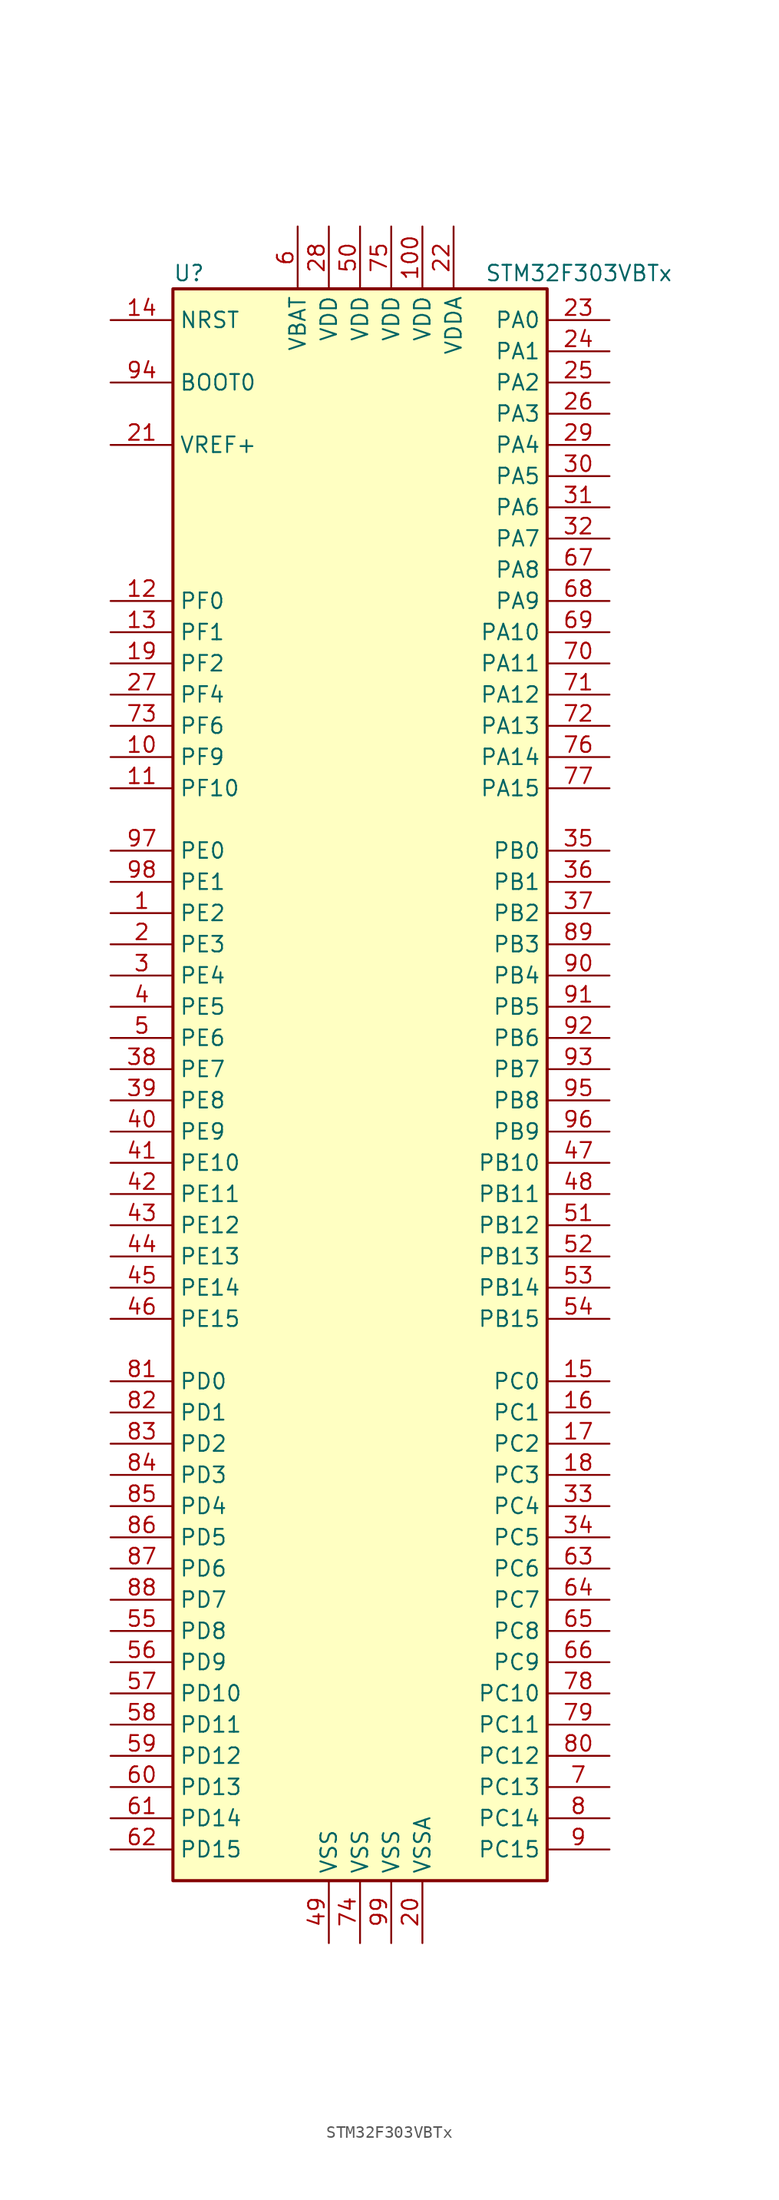
<source format=kicad_sym>
(kicad_symbol_lib
  (version 20201005)
  (generator kicad_symbol_editor)
  (symbol "MCU_ST_STM32F3:STM32F303VBTx"
    (property "Reference" "U"
      (at -15.24 64.77 0)
      (effects (font (size 1.27 1.27)) (justify left)))
    (property "Value" "STM32F303VBTx"
      (at 10.16 64.77 0)
      (effects (font (size 1.27 1.27)) (justify left)))
    (symbol "STM32F303VBTx_0_1"
      (rectangle (start -15.24 -66.04) (end 15.24 63.5) (stroke (width 0.254)) (fill (type background))))
    (symbol "STM32F303VBTx_1_1"
      (pin input line (at -20.32 55.88 0) (length 5.08) (name "BOOT0" (effects (font (size 1.27 1.27)))) (number "94" (effects (font (size 1.27 1.27)))))
      (pin input line (at -20.32 60.96 0) (length 5.08) (name "NRST" (effects (font (size 1.27 1.27)))) (number "14" (effects (font (size 1.27 1.27)))))
      (pin bidirectional line (at 20.32 60.96 180) (length 5.08) (name "PA0" (effects (font (size 1.27 1.27)))) (number "23" (effects (font (size 1.27 1.27)))))
      (pin bidirectional line (at 20.32 58.42 180) (length 5.08) (name "PA1" (effects (font (size 1.27 1.27)))) (number "24" (effects (font (size 1.27 1.27)))))
      (pin bidirectional line (at 20.32 35.56 180) (length 5.08) (name "PA10" (effects (font (size 1.27 1.27)))) (number "69" (effects (font (size 1.27 1.27)))))
      (pin bidirectional line (at 20.32 33.02 180) (length 5.08) (name "PA11" (effects (font (size 1.27 1.27)))) (number "70" (effects (font (size 1.27 1.27)))))
      (pin bidirectional line (at 20.32 30.48 180) (length 5.08) (name "PA12" (effects (font (size 1.27 1.27)))) (number "71" (effects (font (size 1.27 1.27)))))
      (pin bidirectional line (at 20.32 27.94 180) (length 5.08) (name "PA13" (effects (font (size 1.27 1.27)))) (number "72" (effects (font (size 1.27 1.27)))))
      (pin bidirectional line (at 20.32 25.4 180) (length 5.08) (name "PA14" (effects (font (size 1.27 1.27)))) (number "76" (effects (font (size 1.27 1.27)))))
      (pin bidirectional line (at 20.32 22.86 180) (length 5.08) (name "PA15" (effects (font (size 1.27 1.27)))) (number "77" (effects (font (size 1.27 1.27)))))
      (pin bidirectional line (at 20.32 55.88 180) (length 5.08) (name "PA2" (effects (font (size 1.27 1.27)))) (number "25" (effects (font (size 1.27 1.27)))))
      (pin bidirectional line (at 20.32 53.34 180) (length 5.08) (name "PA3" (effects (font (size 1.27 1.27)))) (number "26" (effects (font (size 1.27 1.27)))))
      (pin bidirectional line (at 20.32 50.8 180) (length 5.08) (name "PA4" (effects (font (size 1.27 1.27)))) (number "29" (effects (font (size 1.27 1.27)))))
      (pin bidirectional line (at 20.32 48.26 180) (length 5.08) (name "PA5" (effects (font (size 1.27 1.27)))) (number "30" (effects (font (size 1.27 1.27)))))
      (pin bidirectional line (at 20.32 45.72 180) (length 5.08) (name "PA6" (effects (font (size 1.27 1.27)))) (number "31" (effects (font (size 1.27 1.27)))))
      (pin bidirectional line (at 20.32 43.18 180) (length 5.08) (name "PA7" (effects (font (size 1.27 1.27)))) (number "32" (effects (font (size 1.27 1.27)))))
      (pin bidirectional line (at 20.32 40.64 180) (length 5.08) (name "PA8" (effects (font (size 1.27 1.27)))) (number "67" (effects (font (size 1.27 1.27)))))
      (pin bidirectional line (at 20.32 38.1 180) (length 5.08) (name "PA9" (effects (font (size 1.27 1.27)))) (number "68" (effects (font (size 1.27 1.27)))))
      (pin bidirectional line (at 20.32 17.78 180) (length 5.08) (name "PB0" (effects (font (size 1.27 1.27)))) (number "35" (effects (font (size 1.27 1.27)))))
      (pin bidirectional line (at 20.32 15.24 180) (length 5.08) (name "PB1" (effects (font (size 1.27 1.27)))) (number "36" (effects (font (size 1.27 1.27)))))
      (pin bidirectional line (at 20.32 -7.62 180) (length 5.08) (name "PB10" (effects (font (size 1.27 1.27)))) (number "47" (effects (font (size 1.27 1.27)))))
      (pin bidirectional line (at 20.32 -10.16 180) (length 5.08) (name "PB11" (effects (font (size 1.27 1.27)))) (number "48" (effects (font (size 1.27 1.27)))))
      (pin bidirectional line (at 20.32 -12.7 180) (length 5.08) (name "PB12" (effects (font (size 1.27 1.27)))) (number "51" (effects (font (size 1.27 1.27)))))
      (pin bidirectional line (at 20.32 -15.24 180) (length 5.08) (name "PB13" (effects (font (size 1.27 1.27)))) (number "52" (effects (font (size 1.27 1.27)))))
      (pin bidirectional line (at 20.32 -17.78 180) (length 5.08) (name "PB14" (effects (font (size 1.27 1.27)))) (number "53" (effects (font (size 1.27 1.27)))))
      (pin bidirectional line (at 20.32 -20.32 180) (length 5.08) (name "PB15" (effects (font (size 1.27 1.27)))) (number "54" (effects (font (size 1.27 1.27)))))
      (pin bidirectional line (at 20.32 12.7 180) (length 5.08) (name "PB2" (effects (font (size 1.27 1.27)))) (number "37" (effects (font (size 1.27 1.27)))))
      (pin bidirectional line (at 20.32 10.16 180) (length 5.08) (name "PB3" (effects (font (size 1.27 1.27)))) (number "89" (effects (font (size 1.27 1.27)))))
      (pin bidirectional line (at 20.32 7.62 180) (length 5.08) (name "PB4" (effects (font (size 1.27 1.27)))) (number "90" (effects (font (size 1.27 1.27)))))
      (pin bidirectional line (at 20.32 5.08 180) (length 5.08) (name "PB5" (effects (font (size 1.27 1.27)))) (number "91" (effects (font (size 1.27 1.27)))))
      (pin bidirectional line (at 20.32 2.54 180) (length 5.08) (name "PB6" (effects (font (size 1.27 1.27)))) (number "92" (effects (font (size 1.27 1.27)))))
      (pin bidirectional line (at 20.32 0 180) (length 5.08) (name "PB7" (effects (font (size 1.27 1.27)))) (number "93" (effects (font (size 1.27 1.27)))))
      (pin bidirectional line (at 20.32 -2.54 180) (length 5.08) (name "PB8" (effects (font (size 1.27 1.27)))) (number "95" (effects (font (size 1.27 1.27)))))
      (pin bidirectional line (at 20.32 -5.08 180) (length 5.08) (name "PB9" (effects (font (size 1.27 1.27)))) (number "96" (effects (font (size 1.27 1.27)))))
      (pin bidirectional line (at 20.32 -25.4 180) (length 5.08) (name "PC0" (effects (font (size 1.27 1.27)))) (number "15" (effects (font (size 1.27 1.27)))))
      (pin bidirectional line (at 20.32 -27.94 180) (length 5.08) (name "PC1" (effects (font (size 1.27 1.27)))) (number "16" (effects (font (size 1.27 1.27)))))
      (pin bidirectional line (at 20.32 -50.8 180) (length 5.08) (name "PC10" (effects (font (size 1.27 1.27)))) (number "78" (effects (font (size 1.27 1.27)))))
      (pin bidirectional line (at 20.32 -53.34 180) (length 5.08) (name "PC11" (effects (font (size 1.27 1.27)))) (number "79" (effects (font (size 1.27 1.27)))))
      (pin bidirectional line (at 20.32 -55.88 180) (length 5.08) (name "PC12" (effects (font (size 1.27 1.27)))) (number "80" (effects (font (size 1.27 1.27)))))
      (pin bidirectional line (at 20.32 -58.42 180) (length 5.08) (name "PC13" (effects (font (size 1.27 1.27)))) (number "7" (effects (font (size 1.27 1.27)))))
      (pin bidirectional line (at 20.32 -60.96 180) (length 5.08) (name "PC14" (effects (font (size 1.27 1.27)))) (number "8" (effects (font (size 1.27 1.27)))))
      (pin bidirectional line (at 20.32 -63.5 180) (length 5.08) (name "PC15" (effects (font (size 1.27 1.27)))) (number "9" (effects (font (size 1.27 1.27)))))
      (pin bidirectional line (at 20.32 -30.48 180) (length 5.08) (name "PC2" (effects (font (size 1.27 1.27)))) (number "17" (effects (font (size 1.27 1.27)))))
      (pin bidirectional line (at 20.32 -33.02 180) (length 5.08) (name "PC3" (effects (font (size 1.27 1.27)))) (number "18" (effects (font (size 1.27 1.27)))))
      (pin bidirectional line (at 20.32 -35.56 180) (length 5.08) (name "PC4" (effects (font (size 1.27 1.27)))) (number "33" (effects (font (size 1.27 1.27)))))
      (pin bidirectional line (at 20.32 -38.1 180) (length 5.08) (name "PC5" (effects (font (size 1.27 1.27)))) (number "34" (effects (font (size 1.27 1.27)))))
      (pin bidirectional line (at 20.32 -40.64 180) (length 5.08) (name "PC6" (effects (font (size 1.27 1.27)))) (number "63" (effects (font (size 1.27 1.27)))))
      (pin bidirectional line (at 20.32 -43.18 180) (length 5.08) (name "PC7" (effects (font (size 1.27 1.27)))) (number "64" (effects (font (size 1.27 1.27)))))
      (pin bidirectional line (at 20.32 -45.72 180) (length 5.08) (name "PC8" (effects (font (size 1.27 1.27)))) (number "65" (effects (font (size 1.27 1.27)))))
      (pin bidirectional line (at 20.32 -48.26 180) (length 5.08) (name "PC9" (effects (font (size 1.27 1.27)))) (number "66" (effects (font (size 1.27 1.27)))))
      (pin bidirectional line (at -20.32 -25.4 0) (length 5.08) (name "PD0" (effects (font (size 1.27 1.27)))) (number "81" (effects (font (size 1.27 1.27)))))
      (pin bidirectional line (at -20.32 -27.94 0) (length 5.08) (name "PD1" (effects (font (size 1.27 1.27)))) (number "82" (effects (font (size 1.27 1.27)))))
      (pin bidirectional line (at -20.32 -50.8 0) (length 5.08) (name "PD10" (effects (font (size 1.27 1.27)))) (number "57" (effects (font (size 1.27 1.27)))))
      (pin bidirectional line (at -20.32 -53.34 0) (length 5.08) (name "PD11" (effects (font (size 1.27 1.27)))) (number "58" (effects (font (size 1.27 1.27)))))
      (pin bidirectional line (at -20.32 -55.88 0) (length 5.08) (name "PD12" (effects (font (size 1.27 1.27)))) (number "59" (effects (font (size 1.27 1.27)))))
      (pin bidirectional line (at -20.32 -58.42 0) (length 5.08) (name "PD13" (effects (font (size 1.27 1.27)))) (number "60" (effects (font (size 1.27 1.27)))))
      (pin bidirectional line (at -20.32 -60.96 0) (length 5.08) (name "PD14" (effects (font (size 1.27 1.27)))) (number "61" (effects (font (size 1.27 1.27)))))
      (pin bidirectional line (at -20.32 -63.5 0) (length 5.08) (name "PD15" (effects (font (size 1.27 1.27)))) (number "62" (effects (font (size 1.27 1.27)))))
      (pin bidirectional line (at -20.32 -30.48 0) (length 5.08) (name "PD2" (effects (font (size 1.27 1.27)))) (number "83" (effects (font (size 1.27 1.27)))))
      (pin bidirectional line (at -20.32 -33.02 0) (length 5.08) (name "PD3" (effects (font (size 1.27 1.27)))) (number "84" (effects (font (size 1.27 1.27)))))
      (pin bidirectional line (at -20.32 -35.56 0) (length 5.08) (name "PD4" (effects (font (size 1.27 1.27)))) (number "85" (effects (font (size 1.27 1.27)))))
      (pin bidirectional line (at -20.32 -38.1 0) (length 5.08) (name "PD5" (effects (font (size 1.27 1.27)))) (number "86" (effects (font (size 1.27 1.27)))))
      (pin bidirectional line (at -20.32 -40.64 0) (length 5.08) (name "PD6" (effects (font (size 1.27 1.27)))) (number "87" (effects (font (size 1.27 1.27)))))
      (pin bidirectional line (at -20.32 -43.18 0) (length 5.08) (name "PD7" (effects (font (size 1.27 1.27)))) (number "88" (effects (font (size 1.27 1.27)))))
      (pin bidirectional line (at -20.32 -45.72 0) (length 5.08) (name "PD8" (effects (font (size 1.27 1.27)))) (number "55" (effects (font (size 1.27 1.27)))))
      (pin bidirectional line (at -20.32 -48.26 0) (length 5.08) (name "PD9" (effects (font (size 1.27 1.27)))) (number "56" (effects (font (size 1.27 1.27)))))
      (pin bidirectional line (at -20.32 17.78 0) (length 5.08) (name "PE0" (effects (font (size 1.27 1.27)))) (number "97" (effects (font (size 1.27 1.27)))))
      (pin bidirectional line (at -20.32 15.24 0) (length 5.08) (name "PE1" (effects (font (size 1.27 1.27)))) (number "98" (effects (font (size 1.27 1.27)))))
      (pin bidirectional line (at -20.32 -7.62 0) (length 5.08) (name "PE10" (effects (font (size 1.27 1.27)))) (number "41" (effects (font (size 1.27 1.27)))))
      (pin bidirectional line (at -20.32 -10.16 0) (length 5.08) (name "PE11" (effects (font (size 1.27 1.27)))) (number "42" (effects (font (size 1.27 1.27)))))
      (pin bidirectional line (at -20.32 -12.7 0) (length 5.08) (name "PE12" (effects (font (size 1.27 1.27)))) (number "43" (effects (font (size 1.27 1.27)))))
      (pin bidirectional line (at -20.32 -15.24 0) (length 5.08) (name "PE13" (effects (font (size 1.27 1.27)))) (number "44" (effects (font (size 1.27 1.27)))))
      (pin bidirectional line (at -20.32 -17.78 0) (length 5.08) (name "PE14" (effects (font (size 1.27 1.27)))) (number "45" (effects (font (size 1.27 1.27)))))
      (pin bidirectional line (at -20.32 -20.32 0) (length 5.08) (name "PE15" (effects (font (size 1.27 1.27)))) (number "46" (effects (font (size 1.27 1.27)))))
      (pin bidirectional line (at -20.32 12.7 0) (length 5.08) (name "PE2" (effects (font (size 1.27 1.27)))) (number "1" (effects (font (size 1.27 1.27)))))
      (pin bidirectional line (at -20.32 10.16 0) (length 5.08) (name "PE3" (effects (font (size 1.27 1.27)))) (number "2" (effects (font (size 1.27 1.27)))))
      (pin bidirectional line (at -20.32 7.62 0) (length 5.08) (name "PE4" (effects (font (size 1.27 1.27)))) (number "3" (effects (font (size 1.27 1.27)))))
      (pin bidirectional line (at -20.32 5.08 0) (length 5.08) (name "PE5" (effects (font (size 1.27 1.27)))) (number "4" (effects (font (size 1.27 1.27)))))
      (pin bidirectional line (at -20.32 2.54 0) (length 5.08) (name "PE6" (effects (font (size 1.27 1.27)))) (number "5" (effects (font (size 1.27 1.27)))))
      (pin bidirectional line (at -20.32 0 0) (length 5.08) (name "PE7" (effects (font (size 1.27 1.27)))) (number "38" (effects (font (size 1.27 1.27)))))
      (pin bidirectional line (at -20.32 -2.54 0) (length 5.08) (name "PE8" (effects (font (size 1.27 1.27)))) (number "39" (effects (font (size 1.27 1.27)))))
      (pin bidirectional line (at -20.32 -5.08 0) (length 5.08) (name "PE9" (effects (font (size 1.27 1.27)))) (number "40" (effects (font (size 1.27 1.27)))))
      (pin input line (at -20.32 38.1 0) (length 5.08) (name "PF0" (effects (font (size 1.27 1.27)))) (number "12" (effects (font (size 1.27 1.27)))))
      (pin input line (at -20.32 35.56 0) (length 5.08) (name "PF1" (effects (font (size 1.27 1.27)))) (number "13" (effects (font (size 1.27 1.27)))))
      (pin bidirectional line (at -20.32 22.86 0) (length 5.08) (name "PF10" (effects (font (size 1.27 1.27)))) (number "11" (effects (font (size 1.27 1.27)))))
      (pin bidirectional line (at -20.32 33.02 0) (length 5.08) (name "PF2" (effects (font (size 1.27 1.27)))) (number "19" (effects (font (size 1.27 1.27)))))
      (pin bidirectional line (at -20.32 30.48 0) (length 5.08) (name "PF4" (effects (font (size 1.27 1.27)))) (number "27" (effects (font (size 1.27 1.27)))))
      (pin bidirectional line (at -20.32 27.94 0) (length 5.08) (name "PF6" (effects (font (size 1.27 1.27)))) (number "73" (effects (font (size 1.27 1.27)))))
      (pin bidirectional line (at -20.32 25.4 0) (length 5.08) (name "PF9" (effects (font (size 1.27 1.27)))) (number "10" (effects (font (size 1.27 1.27)))))
      (pin power_in line (at -5.08 68.58 270) (length 5.08) (name "VBAT" (effects (font (size 1.27 1.27)))) (number "6" (effects (font (size 1.27 1.27)))))
      (pin power_in line (at 5.08 68.58 270) (length 5.08) (name "VDD" (effects (font (size 1.27 1.27)))) (number "100" (effects (font (size 1.27 1.27)))))
      (pin power_in line (at -2.54 68.58 270) (length 5.08) (name "VDD" (effects (font (size 1.27 1.27)))) (number "28" (effects (font (size 1.27 1.27)))))
      (pin power_in line (at 0 68.58 270) (length 5.08) (name "VDD" (effects (font (size 1.27 1.27)))) (number "50" (effects (font (size 1.27 1.27)))))
      (pin power_in line (at 2.54 68.58 270) (length 5.08) (name "VDD" (effects (font (size 1.27 1.27)))) (number "75" (effects (font (size 1.27 1.27)))))
      (pin power_in line (at 7.62 68.58 270) (length 5.08) (name "VDDA" (effects (font (size 1.27 1.27)))) (number "22" (effects (font (size 1.27 1.27)))))
      (pin power_in line (at -20.32 50.8 0) (length 5.08) (name "VREF+" (effects (font (size 1.27 1.27)))) (number "21" (effects (font (size 1.27 1.27)))))
      (pin power_in line (at -2.54 -71.12 90) (length 5.08) (name "VSS" (effects (font (size 1.27 1.27)))) (number "49" (effects (font (size 1.27 1.27)))))
      (pin power_in line (at 0 -71.12 90) (length 5.08) (name "VSS" (effects (font (size 1.27 1.27)))) (number "74" (effects (font (size 1.27 1.27)))))
      (pin power_in line (at 2.54 -71.12 90) (length 5.08) (name "VSS" (effects (font (size 1.27 1.27)))) (number "99" (effects (font (size 1.27 1.27)))))
      (pin power_in line (at 5.08 -71.12 90) (length 5.08) (name "VSSA" (effects (font (size 1.27 1.27)))) (number "20" (effects (font (size 1.27 1.27))))))))
</source>
